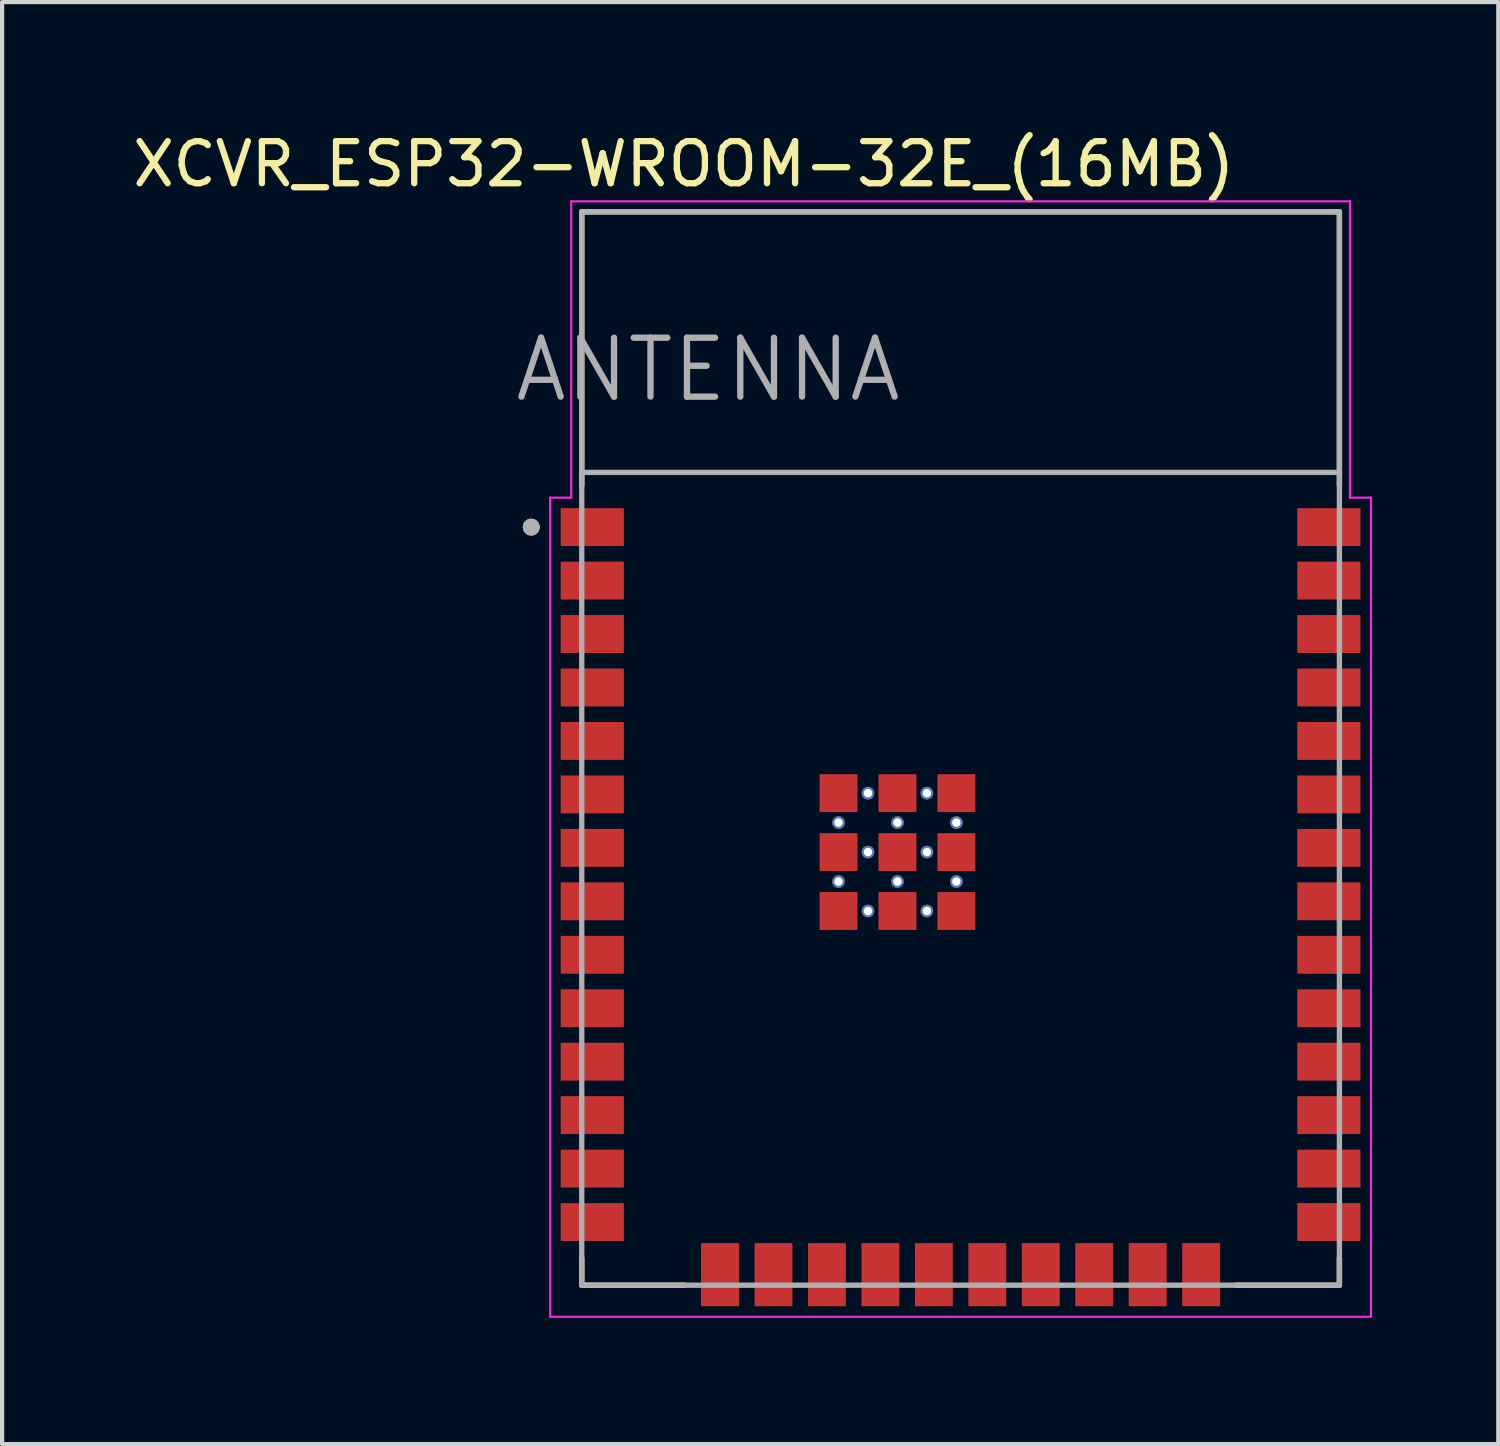
<source format=kicad_pcb>
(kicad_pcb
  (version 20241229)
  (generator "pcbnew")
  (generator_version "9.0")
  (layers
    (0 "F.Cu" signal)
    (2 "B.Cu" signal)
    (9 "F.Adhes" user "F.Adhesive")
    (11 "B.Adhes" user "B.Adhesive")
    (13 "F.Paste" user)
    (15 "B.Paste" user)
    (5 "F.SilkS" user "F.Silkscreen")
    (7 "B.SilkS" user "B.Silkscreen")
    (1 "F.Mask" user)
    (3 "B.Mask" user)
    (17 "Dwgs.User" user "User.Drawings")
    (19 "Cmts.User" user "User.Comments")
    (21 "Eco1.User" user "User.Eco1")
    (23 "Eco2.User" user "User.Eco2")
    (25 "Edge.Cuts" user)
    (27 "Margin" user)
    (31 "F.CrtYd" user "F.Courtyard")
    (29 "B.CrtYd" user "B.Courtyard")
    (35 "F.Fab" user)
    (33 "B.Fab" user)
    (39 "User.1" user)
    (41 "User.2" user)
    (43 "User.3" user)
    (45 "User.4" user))
  (footprint "XCVR_ESP32-WROOM-32E_(16MB)"
    (layer "F.Cu")
    (at 19.771 14.733)
    (property "Reference" "XCVR_ESP32-WROOM-32E_(16MB)" (at -6.575 -13.885 0) (layer "F.SilkS") (effects (font (size 1 1) (thickness 0.15))))
    (attr smd)
    (fp_line (start -9 -12.75) (end 9 -12.75) (stroke (width 0.127) (type solid)) (layer "F.SilkS"))
    (fp_line (start -9 -6.25) (end -9 -12.75) (stroke (width 0.127) (type solid)) (layer "F.SilkS"))
    (fp_line (start -9 12.1) (end -9 12.75) (stroke (width 0.127) (type solid)) (layer "F.SilkS"))
    (fp_line (start -9 12.75) (end -6.55 12.75) (stroke (width 0.127) (type solid)) (layer "F.SilkS"))
    (fp_line (start 6.55 12.75) (end 9 12.75) (stroke (width 0.127) (type solid)) (layer "F.SilkS"))
    (fp_line (start 9 -12.75) (end 9 -6.25) (stroke (width 0.127) (type solid)) (layer "F.SilkS"))
    (fp_line (start 9 12.75) (end 9 12.1) (stroke (width 0.127) (type solid)) (layer "F.SilkS"))
    (fp_circle (center -10.2 -5.26) (end -10.1 -5.26) (stroke (width 0.2) (type solid)) (fill no) (layer "F.SilkS"))
    (fp_poly (pts (xy -9 -12.75) (xy 9 -12.75) (xy 9 -6.56) (xy -9 -6.56)) (stroke (width 0.01) (type solid)) (fill no) (layer "Dwgs.User"))
    (fp_poly (pts (xy -9 -12.75) (xy 9 -12.75) (xy 9 -6.56) (xy -9 -6.56)) (stroke (width 0.01) (type solid)) (fill no) (layer "Dwgs.User"))
    (fp_line (start -9.75 -5.96) (end -9.25 -5.96) (stroke (width 0.05) (type solid)) (layer "F.CrtYd"))
    (fp_line (start -9.75 13.5) (end -9.75 -5.96) (stroke (width 0.05) (type solid)) (layer "F.CrtYd"))
    (fp_line (start -9.25 -13) (end 9.25 -13) (stroke (width 0.05) (type solid)) (layer "F.CrtYd"))
    (fp_line (start -9.25 -5.96) (end -9.25 -13) (stroke (width 0.05) (type solid)) (layer "F.CrtYd"))
    (fp_line (start 9.25 -13) (end 9.25 -5.96) (stroke (width 0.05) (type solid)) (layer "F.CrtYd"))
    (fp_line (start 9.25 -5.96) (end 9.75 -5.96) (stroke (width 0.05) (type solid)) (layer "F.CrtYd"))
    (fp_line (start 9.75 -5.96) (end 9.75 13.5) (stroke (width 0.05) (type solid)) (layer "F.CrtYd"))
    (fp_line (start 9.75 13.5) (end -9.75 13.5) (stroke (width 0.05) (type solid)) (layer "F.CrtYd"))
    (fp_line (start -9 -12.75) (end -9 -6.56) (stroke (width 0.127) (type solid)) (layer "F.Fab"))
    (fp_line (start -9 -12.75) (end 9 -12.75) (stroke (width 0.127) (type solid)) (layer "F.Fab"))
    (fp_line (start -9 -6.56) (end 9 -6.56) (stroke (width 0.127) (type solid)) (layer "F.Fab"))
    (fp_line (start -9 12.75) (end -9 -6.56) (stroke (width 0.127) (type solid)) (layer "F.Fab"))
    (fp_line (start 9 -12.75) (end 9 -6.56) (stroke (width 0.127) (type solid)) (layer "F.Fab"))
    (fp_line (start 9 -6.56) (end 9 12.75) (stroke (width 0.127) (type solid)) (layer "F.Fab"))
    (fp_line (start 9 12.75) (end -9 12.75) (stroke (width 0.127) (type solid)) (layer "F.Fab"))
    (fp_circle (center -10.2 -5.26) (end -10.1 -5.26) (stroke (width 0.2) (type solid)) (fill no) (layer "F.Fab"))
    (fp_text user "ANTENNA" (at -6 -9 0) (layer "F.Fab") (effects (font (size 1.4 1.4) (thickness 0.15))))
    (pad "1" smd rect (at -8.75 -5.26) (size 1.5 0.9) (layers "F.Cu" "F.Mask" "F.Paste"))
    (pad "2" smd rect (at -8.75 -3.99) (size 1.5 0.9) (layers "F.Cu" "F.Mask" "F.Paste"))
    (pad "3" smd rect (at -8.75 -2.72) (size 1.5 0.9) (layers "F.Cu" "F.Mask" "F.Paste"))
    (pad "4" smd rect (at -8.75 -1.45) (size 1.5 0.9) (layers "F.Cu" "F.Mask" "F.Paste"))
    (pad "5" smd rect (at -8.75 -0.18) (size 1.5 0.9) (layers "F.Cu" "F.Mask" "F.Paste"))
    (pad "6" smd rect (at -8.75 1.09) (size 1.5 0.9) (layers "F.Cu" "F.Mask" "F.Paste"))
    (pad "7" smd rect (at -8.75 2.36) (size 1.5 0.9) (layers "F.Cu" "F.Mask" "F.Paste"))
    (pad "8" smd rect (at -8.75 3.63) (size 1.5 0.9) (layers "F.Cu" "F.Mask" "F.Paste"))
    (pad "9" smd rect (at -8.75 4.9) (size 1.5 0.9) (layers "F.Cu" "F.Mask" "F.Paste"))
    (pad "10" smd rect (at -8.75 6.17) (size 1.5 0.9) (layers "F.Cu" "F.Mask" "F.Paste"))
    (pad "11" smd rect (at -8.75 7.44) (size 1.5 0.9) (layers "F.Cu" "F.Mask" "F.Paste"))
    (pad "12" smd rect (at -8.75 8.71) (size 1.5 0.9) (layers "F.Cu" "F.Mask" "F.Paste"))
    (pad "13" smd rect (at -8.75 9.98) (size 1.5 0.9) (layers "F.Cu" "F.Mask" "F.Paste"))
    (pad "14" smd rect (at -8.75 11.25) (size 1.5 0.9) (layers "F.Cu" "F.Mask" "F.Paste"))
    (pad "15" smd rect (at -5.715 12.5) (size 0.9 1.5) (layers "F.Cu" "F.Mask" "F.Paste"))
    (pad "16" smd rect (at -4.445 12.5) (size 0.9 1.5) (layers "F.Cu" "F.Mask" "F.Paste"))
    (pad "17" smd rect (at -3.175 12.5) (size 0.9 1.5) (layers "F.Cu" "F.Mask" "F.Paste"))
    (pad "18" smd rect (at -1.905 12.5) (size 0.9 1.5) (layers "F.Cu" "F.Mask" "F.Paste"))
    (pad "19" smd rect (at -0.635 12.5) (size 0.9 1.5) (layers "F.Cu" "F.Mask" "F.Paste"))
    (pad "20" smd rect (at 0.635 12.5) (size 0.9 1.5) (layers "F.Cu" "F.Mask" "F.Paste"))
    (pad "21" smd rect (at 1.905 12.5) (size 0.9 1.5) (layers "F.Cu" "F.Mask" "F.Paste"))
    (pad "22" smd rect (at 3.175 12.5) (size 0.9 1.5) (layers "F.Cu" "F.Mask" "F.Paste"))
    (pad "23" smd rect (at 4.445 12.5) (size 0.9 1.5) (layers "F.Cu" "F.Mask" "F.Paste"))
    (pad "24" smd rect (at 5.715 12.5) (size 0.9 1.5) (layers "F.Cu" "F.Mask" "F.Paste"))
    (pad "25" smd rect (at 8.75 11.25) (size 1.5 0.9) (layers "F.Cu" "F.Mask" "F.Paste"))
    (pad "26" smd rect (at 8.75 9.98) (size 1.5 0.9) (layers "F.Cu" "F.Mask" "F.Paste"))
    (pad "27" smd rect (at 8.75 8.71) (size 1.5 0.9) (layers "F.Cu" "F.Mask" "F.Paste"))
    (pad "28" smd rect (at 8.75 7.44) (size 1.5 0.9) (layers "F.Cu" "F.Mask" "F.Paste"))
    (pad "29" smd rect (at 8.75 6.17) (size 1.5 0.9) (layers "F.Cu" "F.Mask" "F.Paste"))
    (pad "30" smd rect (at 8.75 4.9) (size 1.5 0.9) (layers "F.Cu" "F.Mask" "F.Paste"))
    (pad "31" smd rect (at 8.75 3.63) (size 1.5 0.9) (layers "F.Cu" "F.Mask" "F.Paste"))
    (pad "32" smd rect (at 8.75 2.36) (size 1.5 0.9) (layers "F.Cu" "F.Mask" "F.Paste"))
    (pad "33" smd rect (at 8.75 1.09) (size 1.5 0.9) (layers "F.Cu" "F.Mask" "F.Paste"))
    (pad "34" smd rect (at 8.75 -0.18) (size 1.5 0.9) (layers "F.Cu" "F.Mask" "F.Paste"))
    (pad "35" smd rect (at 8.75 -1.45) (size 1.5 0.9) (layers "F.Cu" "F.Mask" "F.Paste"))
    (pad "36" smd rect (at 8.75 -2.72) (size 1.5 0.9) (layers "F.Cu" "F.Mask" "F.Paste"))
    (pad "37" smd rect (at 8.75 -3.99) (size 1.5 0.9) (layers "F.Cu" "F.Mask" "F.Paste"))
    (pad "38" smd rect (at 8.75 -5.26) (size 1.5 0.9) (layers "F.Cu" "F.Mask" "F.Paste"))
    (pad "39_1" smd rect (at -2.9 1.06) (size 0.9 0.9) (layers "F.Cu" "F.Mask" "F.Paste"))
    (pad "39_2" smd rect (at -1.5 1.06) (size 0.9 0.9) (layers "F.Cu" "F.Mask" "F.Paste"))
    (pad "39_3" smd rect (at -0.1 1.06) (size 0.9 0.9) (layers "F.Cu" "F.Mask" "F.Paste"))
    (pad "39_4" smd rect (at -2.9 2.46) (size 0.9 0.9) (layers "F.Cu" "F.Mask" "F.Paste"))
    (pad "39_5" smd rect (at -1.5 2.46) (size 0.9 0.9) (layers "F.Cu" "F.Mask" "F.Paste"))
    (pad "39_6" smd rect (at -0.1 2.46) (size 0.9 0.9) (layers "F.Cu" "F.Mask" "F.Paste"))
    (pad "39_7" smd rect (at -2.9 3.86) (size 0.9 0.9) (layers "F.Cu" "F.Mask" "F.Paste"))
    (pad "39_8" smd rect (at -1.5 3.86) (size 0.9 0.9) (layers "F.Cu" "F.Mask" "F.Paste"))
    (pad "39_9" smd rect (at -0.1 3.86) (size 0.9 0.9) (layers "F.Cu" "F.Mask" "F.Paste"))
    (pad "39_10" thru_hole circle (at -2.2 1.06) (size 0.3 0.3) (drill 0.2) (layers "*.Cu"))
    (pad "39_11" thru_hole circle (at -0.8 1.06) (size 0.3 0.3) (drill 0.2) (layers "*.Cu"))
    (pad "39_12" thru_hole circle (at -2.9 1.76) (size 0.3 0.3) (drill 0.2) (layers "*.Cu"))
    (pad "39_13" thru_hole circle (at -1.5 1.76) (size 0.3 0.3) (drill 0.2) (layers "*.Cu"))
    (pad "39_14" thru_hole circle (at -0.1 1.76) (size 0.3 0.3) (drill 0.2) (layers "*.Cu"))
    (pad "39_15" thru_hole circle (at -2.2 2.46) (size 0.3 0.3) (drill 0.2) (layers "*.Cu"))
    (pad "39_16" thru_hole circle (at -0.8 2.46) (size 0.3 0.3) (drill 0.2) (layers "*.Cu"))
    (pad "39_17" thru_hole circle (at -2.9 3.16) (size 0.3 0.3) (drill 0.2) (layers "*.Cu"))
    (pad "39_18" thru_hole circle (at -1.5 3.16) (size 0.3 0.3) (drill 0.2) (layers "*.Cu"))
    (pad "39_19" thru_hole circle (at -0.1 3.16) (size 0.3 0.3) (drill 0.2) (layers "*.Cu"))
    (pad "39_20" thru_hole circle (at -2.2 3.86) (size 0.3 0.3) (drill 0.2) (layers "*.Cu"))
    (pad "39_21" thru_hole circle (at -0.8 3.86) (size 0.3 0.3) (drill 0.2) (layers "*.Cu")))
  (gr_rect
    (start -3 -3)
    (end 32.546 31.258)
    (stroke (width 0.1) (type default))
    (fill no)
    (layer "Edge.Cuts")))
</source>
